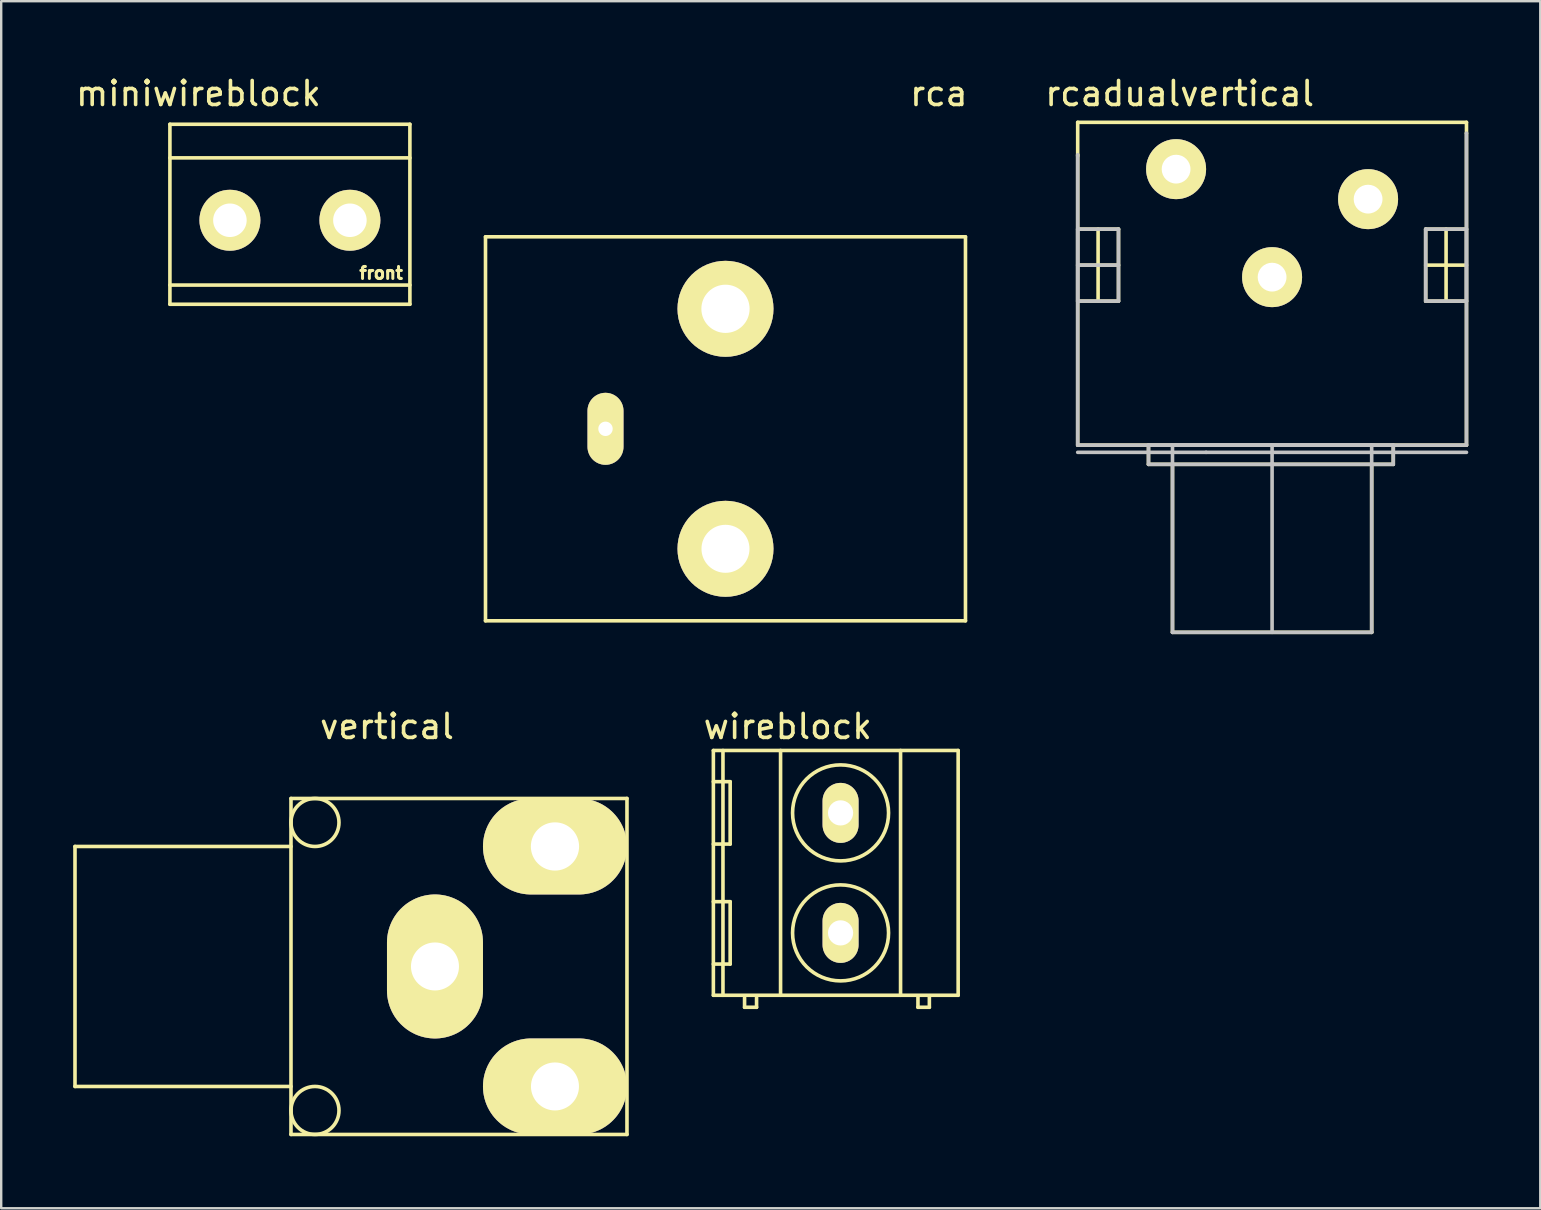
<source format=kicad_pcb>
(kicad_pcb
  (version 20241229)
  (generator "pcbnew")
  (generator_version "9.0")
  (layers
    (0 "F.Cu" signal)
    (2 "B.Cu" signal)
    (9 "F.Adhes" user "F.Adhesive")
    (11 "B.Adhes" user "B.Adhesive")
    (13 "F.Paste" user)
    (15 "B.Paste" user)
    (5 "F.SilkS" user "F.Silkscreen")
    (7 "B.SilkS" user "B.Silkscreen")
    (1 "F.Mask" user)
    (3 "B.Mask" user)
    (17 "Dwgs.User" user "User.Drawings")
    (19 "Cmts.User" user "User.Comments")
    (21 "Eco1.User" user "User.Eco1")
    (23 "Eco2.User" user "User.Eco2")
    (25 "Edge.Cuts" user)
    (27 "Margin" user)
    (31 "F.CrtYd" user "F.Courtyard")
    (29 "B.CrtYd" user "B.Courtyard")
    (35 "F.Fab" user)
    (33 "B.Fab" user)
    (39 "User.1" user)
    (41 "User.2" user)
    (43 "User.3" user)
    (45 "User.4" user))
  (footprint "rca"
    (layer "F.Cu")
    (at 27.18 14.818)
    (property "Reference" "rca" (at 8.89 -13.97 0) (layer "F.SilkS") (effects (font (size 1 1) (thickness 0.15))))
    (attr through_hole)
    (fp_line (start -10 -8) (end 10 -8) (stroke (width 0.15) (type solid)) (layer "F.SilkS"))
    (fp_line (start -10 8) (end -10 -8) (stroke (width 0.15) (type solid)) (layer "F.SilkS"))
    (fp_line (start 10 -8) (end 10 8) (stroke (width 0.15) (type solid)) (layer "F.SilkS"))
    (fp_line (start 10 8) (end -10 8) (stroke (width 0.15) (type solid)) (layer "F.SilkS"))
    (pad "1" thru_hole oval (at 0 -5) (size 4 4) (drill 2.01) (layers "*.Cu" "*.Mask" "F.SilkS"))
    (pad "1" thru_hole oval (at 0 5) (size 4 4) (drill 2) (layers "*.Cu" "*.Mask" "F.SilkS"))
    (pad "2" thru_hole oval (at -5 0) (size 1.5 3) (drill 0.6) (layers "*.Cu" "*.Mask" "F.SilkS")))
  (footprint "miniwireblock"
    (layer "F.Cu")
    (at 9.03 5.928)
    (property "Reference" "miniwireblock" (at -3.81 -5.08 0) (layer "F.SilkS") (effects (font (size 1 1) (thickness 0.15))))
    (attr through_hole)
    (fp_line (start -5 -3.8) (end 5 -3.8) (stroke (width 0.15) (type solid)) (layer "F.SilkS"))
    (fp_line (start -5 -2.4) (end 5 -2.4) (stroke (width 0.15) (type solid)) (layer "F.SilkS"))
    (fp_line (start -5 2.9) (end 5 2.9) (stroke (width 0.15) (type solid)) (layer "F.SilkS"))
    (fp_line (start -5 3.7) (end -5 -3.8) (stroke (width 0.15) (type solid)) (layer "F.SilkS"))
    (fp_line (start 5 -3.8) (end 5 3.7) (stroke (width 0.15) (type solid)) (layer "F.SilkS"))
    (fp_line (start 5 3.7) (end -5 3.7) (stroke (width 0.15) (type solid)) (layer "F.SilkS"))
    (fp_text user "front" (at 3.8 2.4 0) (layer "F.SilkS") (effects (font (size 0.5 0.5) (thickness 0.125))))
    (pad "1" thru_hole circle (at -2.5 0.2) (size 2.54 2.54) (drill 1.397) (layers "*.Cu" "*.Mask" "F.SilkS"))
    (pad "2" thru_hole circle (at 2.5 0.2) (size 2.54 2.54) (drill 1.397) (layers "*.Cu" "*.Mask" "F.SilkS")))
  (footprint "rcadualvertical"
    (layer "F.Cu")
    (at 49.956 15.498)
    (property "Reference" "rcadualvertical" (at -3.85 -14.65 0) (layer "F.SilkS") (effects (font (size 1 1) (thickness 0.15))))
    (attr through_hole)
    (fp_line (start -8.1 -13.45) (end 8.1 -13.45) (stroke (width 0.15) (type solid)) (layer "F.SilkS"))
    (fp_line (start -8.1 -12.05) (end -8.1 -13.45) (stroke (width 0.15) (type solid)) (layer "F.SilkS"))
    (fp_line (start -8.1 -9) (end -6.4 -9) (stroke (width 0.15) (type solid)) (layer "F.SilkS"))
    (fp_line (start -8.1 -7.5) (end -6.4 -7.5) (stroke (width 0.15) (type solid)) (layer "F.SilkS"))
    (fp_line (start -8.1 0) (end -8.1 -12.1) (stroke (width 0.15) (type solid)) (layer "F.SilkS"))
    (fp_line (start -7.25 -9) (end -7.25 -6) (stroke (width 0.15) (type solid)) (layer "F.SilkS"))
    (fp_line (start -6.4 -9) (end -6.4 -6) (stroke (width 0.15) (type solid)) (layer "F.SilkS"))
    (fp_line (start -6.4 -6) (end -8.1 -6) (stroke (width 0.15) (type solid)) (layer "F.SilkS"))
    (fp_line (start -5.15 0) (end -5.15 0.8) (stroke (width 0.15) (type solid)) (layer "F.SilkS"))
    (fp_line (start -5.15 0.8) (end -4.15 0.8) (stroke (width 0.15) (type solid)) (layer "F.SilkS"))
    (fp_line (start -4.15 0.8) (end -4.15 7.8) (stroke (width 0.15) (type solid)) (layer "F.SilkS"))
    (fp_line (start -4.15 0.8) (end 4.15 0.8) (stroke (width 0.15) (type solid)) (layer "F.SilkS"))
    (fp_line (start -4.15 7.8) (end 4.15 7.8) (stroke (width 0.15) (type solid)) (layer "F.SilkS"))
    (fp_line (start 4.15 0.8) (end 5.05 0.8) (stroke (width 0.15) (type solid)) (layer "F.SilkS"))
    (fp_line (start 4.15 7.8) (end 4.15 0.8) (stroke (width 0.15) (type solid)) (layer "F.SilkS"))
    (fp_line (start 5.05 0.8) (end 5.05 0) (stroke (width 0.15) (type solid)) (layer "F.SilkS"))
    (fp_line (start 6.4 -9) (end 6.4 -6) (stroke (width 0.15) (type solid)) (layer "F.SilkS"))
    (fp_line (start 6.4 -7.5) (end 8.1 -7.5) (stroke (width 0.15) (type solid)) (layer "F.SilkS"))
    (fp_line (start 6.4 -6) (end 8.1 -6) (stroke (width 0.15) (type solid)) (layer "F.SilkS"))
    (fp_line (start 7.25 -9) (end 7.25 -6) (stroke (width 0.15) (type solid)) (layer "F.SilkS"))
    (fp_line (start 8.1 -13.45) (end 8.1 -13) (stroke (width 0.15) (type solid)) (layer "F.SilkS"))
    (fp_line (start 8.1 -13) (end 8.1 0) (stroke (width 0.15) (type solid)) (layer "F.SilkS"))
    (fp_line (start 8.1 -9) (end 6.4 -9) (stroke (width 0.15) (type solid)) (layer "F.SilkS"))
    (fp_line (start 8.1 0) (end -8.1 0) (stroke (width 0.15) (type solid)) (layer "F.SilkS"))
    (fp_line (start -8.1 -9) (end -8.1 -6) (stroke (width 0.15) (type solid)) (layer "Dwgs.User"))
    (fp_line (start -8.1 -6) (end -6.4 -6) (stroke (width 0.15) (type solid)) (layer "Dwgs.User"))
    (fp_line (start -8.1 0) (end -8.1 -12.1) (stroke (width 0.15) (type solid)) (layer "Dwgs.User"))
    (fp_line (start -8.1 0) (end 8.1 0) (stroke (width 0.15) (type solid)) (layer "Dwgs.User"))
    (fp_line (start -6.4 -9) (end -8.1 -9) (stroke (width 0.15) (type solid)) (layer "Dwgs.User"))
    (fp_line (start -6.4 -7.5) (end -8.1 -7.5) (stroke (width 0.15) (type solid)) (layer "Dwgs.User"))
    (fp_line (start -6.4 -6) (end -6.4 -9) (stroke (width 0.15) (type solid)) (layer "Dwgs.User"))
    (fp_line (start -5.15 0) (end -5.15 0.8) (stroke (width 0.15) (type solid)) (layer "Dwgs.User"))
    (fp_line (start -5.15 0.8) (end 0.05 0.8) (stroke (width 0.15) (type solid)) (layer "Dwgs.User"))
    (fp_line (start -4.15 7.8) (end -4.15 0) (stroke (width 0.15) (type solid)) (layer "Dwgs.User"))
    (fp_line (start -4.15 7.8) (end 4.15 7.8) (stroke (width 0.15) (type solid)) (layer "Dwgs.User"))
    (fp_line (start -4.05 0) (end 4.25 0) (stroke (width 0.15) (type solid)) (layer "Dwgs.User"))
    (fp_line (start -2.75 0.3) (end -8.1 0.3) (stroke (width 0.15) (type solid)) (layer "Dwgs.User"))
    (fp_line (start -2.75 0.3) (end 8.1 0.3) (stroke (width 0.15) (type solid)) (layer "Dwgs.User"))
    (fp_line (start -0.05 0.8) (end 5.05 0.8) (stroke (width 0.15) (type solid)) (layer "Dwgs.User"))
    (fp_line (start 0 7.8) (end 0 0) (stroke (width 0.15) (type solid)) (layer "Dwgs.User"))
    (fp_line (start 4.15 0) (end 4.15 7.8) (stroke (width 0.15) (type solid)) (layer "Dwgs.User"))
    (fp_line (start 5.05 0) (end -5.15 0) (stroke (width 0.15) (type solid)) (layer "Dwgs.User"))
    (fp_line (start 5.05 0.8) (end 5.05 0) (stroke (width 0.15) (type solid)) (layer "Dwgs.User"))
    (fp_line (start 6.4 -9) (end 6.4 -6) (stroke (width 0.15) (type solid)) (layer "Dwgs.User"))
    (fp_line (start 6.4 -6) (end 8.1 -6) (stroke (width 0.15) (type solid)) (layer "Dwgs.User"))
    (fp_line (start 8.1 -9) (end 6.4 -9) (stroke (width 0.15) (type solid)) (layer "Dwgs.User"))
    (fp_line (start 8.1 -6) (end 8.1 -9) (stroke (width 0.15) (type solid)) (layer "Dwgs.User"))
    (fp_line (start 8.1 0) (end 8.1 -13) (stroke (width 0.15) (type solid)) (layer "Dwgs.User"))
    (pad "1" thru_hole circle (at 0 -7) (size 2.5 2.5) (drill 1.2) (layers "*.Cu" "*.Mask" "F.SilkS"))
    (pad "2" thru_hole circle (at 4 -10.25) (size 2.5 2.5) (drill 1.2) (layers "*.Cu" "*.Mask" "F.SilkS"))
    (pad "3" thru_hole circle (at -4 -11.5) (size 2.5 2.5) (drill 1.2) (layers "*.Cu" "*.Mask" "F.SilkS")))
  (footprint "vertical"
    (layer "F.Cu")
    (at 20.075 37.221)
    (property "Reference" "vertical" (at -7 -10 0) (layer "F.SilkS") (effects (font (size 1 1) (thickness 0.15))))
    (attr through_hole)
    (fp_line (start -20 -5) (end -20 5) (stroke (width 0.15) (type solid)) (layer "F.SilkS"))
    (fp_line (start -20 5) (end -11 5) (stroke (width 0.15) (type solid)) (layer "F.SilkS"))
    (fp_line (start -11 -5) (end -20 -5) (stroke (width 0.15) (type solid)) (layer "F.SilkS"))
    (fp_line (start -11 7) (end -11 -7) (stroke (width 0.15) (type solid)) (layer "F.SilkS"))
    (fp_line (start 3 -7) (end -11 -7) (stroke (width 0.15) (type solid)) (layer "F.SilkS"))
    (fp_line (start 3 -7) (end 3 7) (stroke (width 0.15) (type solid)) (layer "F.SilkS"))
    (fp_line (start 3 7) (end -11 7) (stroke (width 0.15) (type solid)) (layer "F.SilkS"))
    (fp_circle (center -10 -6) (end -11 -6) (stroke (width 0.15) (type solid)) (fill no) (layer "F.SilkS"))
    (fp_circle (center -10 6) (end -10 5) (stroke (width 0.15) (type solid)) (fill no) (layer "F.SilkS"))
    (pad "1" thru_hole oval (at 0 -5) (size 6 4) (drill 2.01) (layers "*.Cu" "*.Mask" "F.SilkS"))
    (pad "1" thru_hole oval (at 0 5) (size 6 4) (drill 2) (layers "*.Cu" "*.Mask" "F.SilkS"))
    (pad "2" thru_hole oval (at -5 0) (size 4 6) (drill 2) (layers "*.Cu" "*.Mask" "F.SilkS")))
  (footprint "wireblock"
    (layer "F.Cu")
    (at 31.975 33.322)
    (property "Reference" "wireblock" (at -2.2 -6.1 0) (layer "F.SilkS") (effects (font (size 1 1) (thickness 0.15))))
    (attr through_hole)
    (fp_line (start -5.3 -5.1) (end 4.9 -5.1) (stroke (width 0.15) (type solid)) (layer "F.SilkS"))
    (fp_line (start -5.3 -3.8) (end -4.6 -3.8) (stroke (width 0.15) (type solid)) (layer "F.SilkS"))
    (fp_line (start -5.3 1.2) (end -4.6 1.2) (stroke (width 0.15) (type solid)) (layer "F.SilkS"))
    (fp_line (start -5.3 5.1) (end -5.3 -5.1) (stroke (width 0.15) (type solid)) (layer "F.SilkS"))
    (fp_line (start -4.9 5.1) (end -4.9 -5.1) (stroke (width 0.15) (type solid)) (layer "F.SilkS"))
    (fp_line (start -4.6 -3.8) (end -4.6 -1.2) (stroke (width 0.15) (type solid)) (layer "F.SilkS"))
    (fp_line (start -4.6 -1.2) (end -5.3 -1.2) (stroke (width 0.15) (type solid)) (layer "F.SilkS"))
    (fp_line (start -4.6 1.2) (end -4.6 3.8) (stroke (width 0.15) (type solid)) (layer "F.SilkS"))
    (fp_line (start -4.6 3.8) (end -5.3 3.8) (stroke (width 0.15) (type solid)) (layer "F.SilkS"))
    (fp_line (start -4 5.2) (end -4 5.6) (stroke (width 0.15) (type solid)) (layer "F.SilkS"))
    (fp_line (start -4 5.6) (end -3.5 5.6) (stroke (width 0.15) (type solid)) (layer "F.SilkS"))
    (fp_line (start -3.5 5.6) (end -3.5 5.2) (stroke (width 0.15) (type solid)) (layer "F.SilkS"))
    (fp_line (start -2.5 -5.1) (end -2.5 5.1) (stroke (width 0.15) (type solid)) (layer "F.SilkS"))
    (fp_line (start 2.5 -5.1) (end 2.5 5.1) (stroke (width 0.15) (type solid)) (layer "F.SilkS"))
    (fp_line (start 3.225 5.6) (end 3.225 5.125) (stroke (width 0.15) (type solid)) (layer "F.SilkS"))
    (fp_line (start 3.7 5.125) (end 3.7 5.6) (stroke (width 0.15) (type solid)) (layer "F.SilkS"))
    (fp_line (start 3.7 5.6) (end 3.225 5.6) (stroke (width 0.15) (type solid)) (layer "F.SilkS"))
    (fp_line (start 4.9 -5.1) (end 4.9 5.1) (stroke (width 0.15) (type solid)) (layer "F.SilkS"))
    (fp_line (start 4.9 5.1) (end -5.3 5.1) (stroke (width 0.15) (type solid)) (layer "F.SilkS"))
    (fp_circle (center 0 -2.5) (end -2 -2.5) (stroke (width 0.15) (type solid)) (fill no) (layer "F.SilkS"))
    (fp_circle (center 0 2.5) (end -2 2.5) (stroke (width 0.15) (type solid)) (fill no) (layer "F.SilkS"))
    (pad "1" thru_hole oval (at 0 -2.5) (size 1.5 2.5) (drill 1.05) (layers "*.Cu" "*.Mask" "F.SilkS"))
    (pad "2" thru_hole oval (at 0 2.5) (size 1.5 2.5) (drill 1.05) (layers "*.Cu" "*.Mask" "F.SilkS")))
  (gr_rect
    (start -3 -3)
    (end 61.131 47.297)
    (stroke (width 0.1) (type default))
    (fill no)
    (layer "Edge.Cuts")))
</source>
